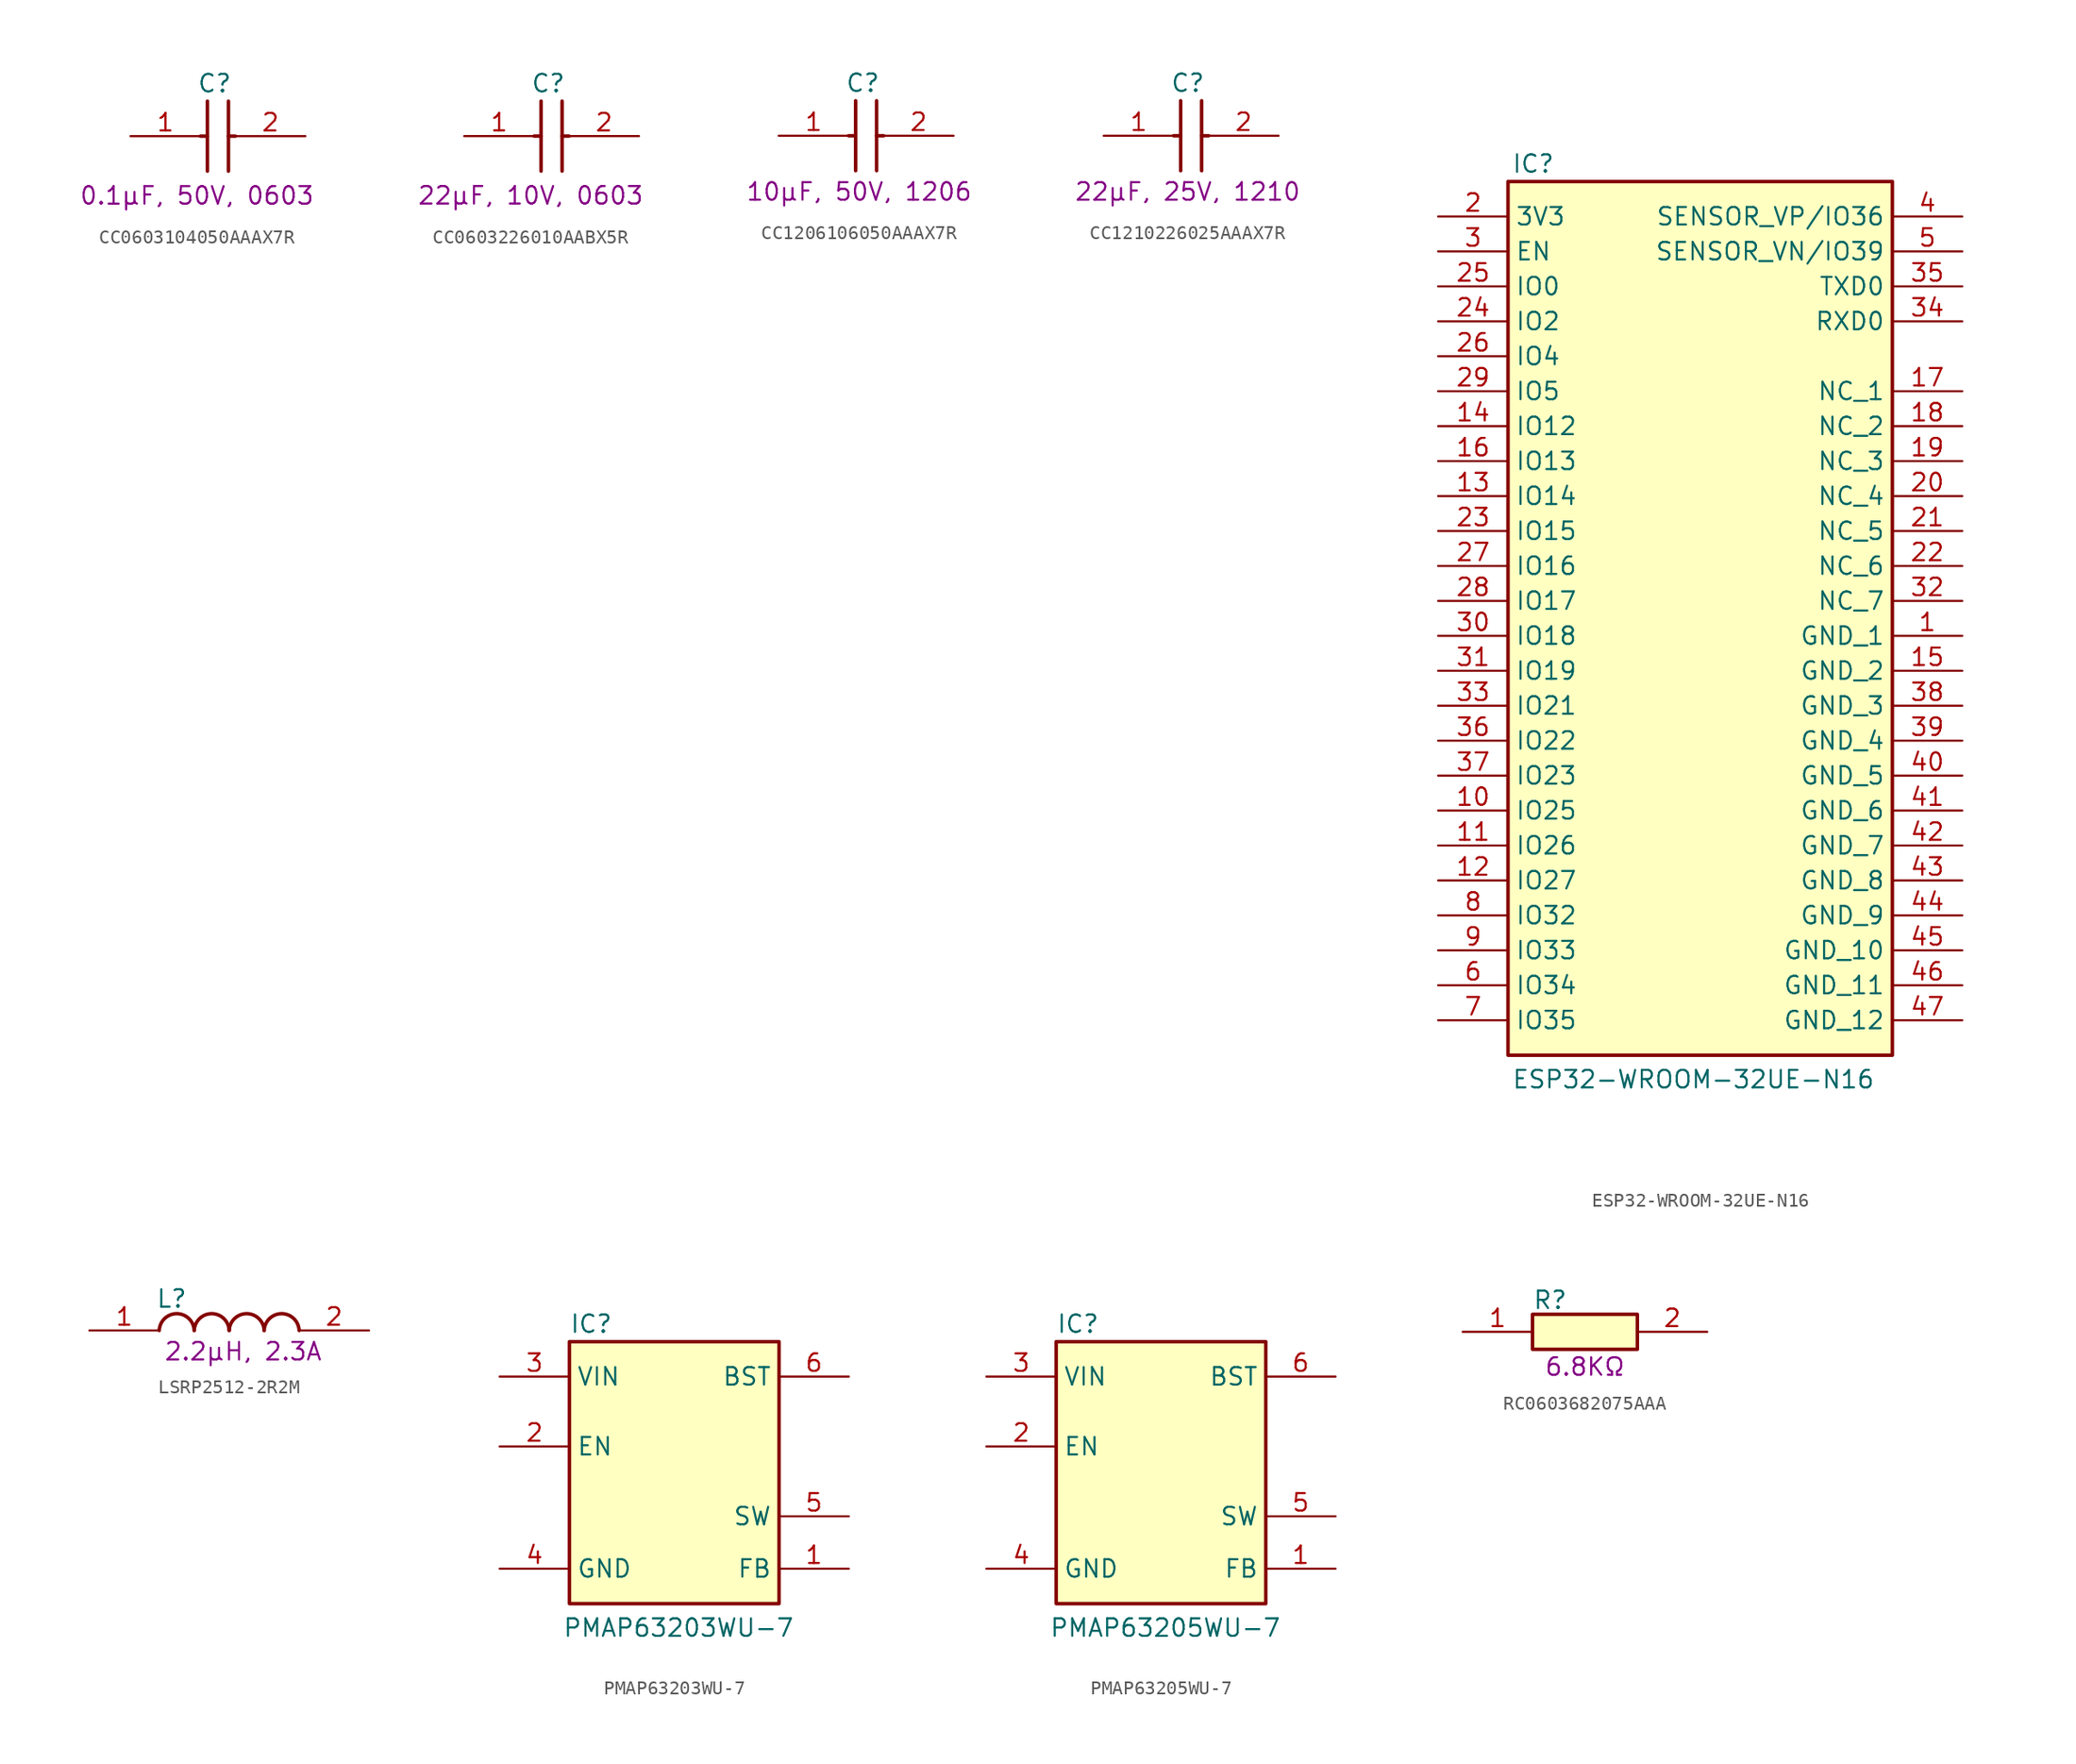
<source format=kicad_sym>
(kicad_symbol_lib
  (version 20241209)
  (generator "kicad_symbol_editor")
  (generator_version "9.0")
  (symbol "CC0603104050AAAX7R"
    (pin_names
      (hide yes))
    (property "Reference" "C"
      (at 4.826 4.572 0)
      (effects (font (size 1.27 1.27)) (justify left top)))
    (property "Val" "0.1µF, 50V, 0603"
      (at 4.826 -4.318 0)
      (effects (font (size 1.27 1.27))))
    (symbol "CC0603104050AAAX7R_1_1"
      (polyline (pts (xy 5.08 0) (xy 5.588 0)) (stroke (width 0.254) (type default)) (fill (type none)))
      (polyline (pts (xy 5.588 2.54) (xy 5.588 -2.54)) (stroke (width 0.254) (type default)) (fill (type none)))
      (polyline (pts (xy 7.112 2.54) (xy 7.112 -2.54)) (stroke (width 0.254) (type default)) (fill (type none)))
      (polyline (pts (xy 7.112 0) (xy 7.62 0)) (stroke (width 0.254) (type default)) (fill (type none)))
      (pin passive line (at 0 0 0) (length 5.08) (name "1" (effects (font (size 1.27 1.27)))) (number "1" (effects (font (size 1.27 1.27)))))
      (pin passive line (at 12.7 0 180) (length 5.08) (name "2" (effects (font (size 1.27 1.27)))) (number "2" (effects (font (size 1.27 1.27)))))))
  (symbol "CC0603226010AABX5R"
    (pin_names
      (hide yes))
    (property "Reference" "C"
      (at 4.826 4.572 0)
      (effects (font (size 1.27 1.27)) (justify left top)))
    (property "Val" "22µF, 10V, 0603"
      (at 4.826 -4.318 0)
      (effects (font (size 1.27 1.27))))
    (symbol "CC0603226010AABX5R_1_1"
      (polyline (pts (xy 5.08 0) (xy 5.588 0)) (stroke (width 0.254) (type default)) (fill (type none)))
      (polyline (pts (xy 5.588 2.54) (xy 5.588 -2.54)) (stroke (width 0.254) (type default)) (fill (type none)))
      (polyline (pts (xy 7.112 2.54) (xy 7.112 -2.54)) (stroke (width 0.254) (type default)) (fill (type none)))
      (polyline (pts (xy 7.112 0) (xy 7.62 0)) (stroke (width 0.254) (type default)) (fill (type none)))
      (pin passive line (at 0 0 0) (length 5.08) (name "1" (effects (font (size 1.27 1.27)))) (number "1" (effects (font (size 1.27 1.27)))))
      (pin passive line (at 12.7 0 180) (length 5.08) (name "2" (effects (font (size 1.27 1.27)))) (number "2" (effects (font (size 1.27 1.27)))))))
  (symbol "CC1206106050AAAX7R"
    (pin_names
      (hide yes))
    (property "Reference" "C"
      (at 4.826 4.572 0)
      (effects (font (size 1.27 1.27)) (justify left top)))
    (property "Val" "10µF, 50V, 1206"
      (at 5.842 -4.064 0)
      (effects (font (size 1.27 1.27))))
    (symbol "CC1206106050AAAX7R_1_1"
      (polyline (pts (xy 5.08 0) (xy 5.588 0)) (stroke (width 0.254) (type default)) (fill (type none)))
      (polyline (pts (xy 5.588 2.54) (xy 5.588 -2.54)) (stroke (width 0.254) (type default)) (fill (type none)))
      (polyline (pts (xy 7.112 2.54) (xy 7.112 -2.54)) (stroke (width 0.254) (type default)) (fill (type none)))
      (polyline (pts (xy 7.112 0) (xy 7.62 0)) (stroke (width 0.254) (type default)) (fill (type none)))
      (pin passive line (at 0 0 0) (length 5.08) (name "1" (effects (font (size 1.27 1.27)))) (number "1" (effects (font (size 1.27 1.27)))))
      (pin passive line (at 12.7 0 180) (length 5.08) (name "2" (effects (font (size 1.27 1.27)))) (number "2" (effects (font (size 1.27 1.27)))))))
  (symbol "CC1210226025AAAX7R"
    (pin_names
      (hide yes))
    (property "Reference" "C"
      (at 4.826 4.572 0)
      (effects (font (size 1.27 1.27)) (justify left top)))
    (property "Val" "22µF, 25V, 1210"
      (at 6.096 -4.064 0)
      (effects (font (size 1.27 1.27))))
    (symbol "CC1210226025AAAX7R_1_1"
      (polyline (pts (xy 5.08 0) (xy 5.588 0)) (stroke (width 0.254) (type default)) (fill (type none)))
      (polyline (pts (xy 5.588 2.54) (xy 5.588 -2.54)) (stroke (width 0.254) (type default)) (fill (type none)))
      (polyline (pts (xy 7.112 2.54) (xy 7.112 -2.54)) (stroke (width 0.254) (type default)) (fill (type none)))
      (polyline (pts (xy 7.112 0) (xy 7.62 0)) (stroke (width 0.254) (type default)) (fill (type none)))
      (pin passive line (at 0 0 0) (length 5.08) (name "1" (effects (font (size 1.27 1.27)))) (number "1" (effects (font (size 1.27 1.27)))))
      (pin passive line (at 12.7 0 180) (length 5.08) (name "2" (effects (font (size 1.27 1.27)))) (number "2" (effects (font (size 1.27 1.27)))))))
  (symbol "ESP32-WROOM-32UE-N16"
    (property "Reference" "IC"
      (at 5.334 2.032 0)
      (effects (font (size 1.27 1.27)) (justify left top)))
    (property "Value" "ESP32-WROOM-32UE-N16"
      (at 5.334 -64.516 0)
      (effects (font (size 1.27 1.27)) (justify left top)))
    (symbol "ESP32-WROOM-32UE-N16_1_1"
      (rectangle (start 5.08 0) (end 33.02 -63.5) (stroke (width 0.254) (type default)) (fill (type background)))
      (pin passive line (at 0 -2.54 0) (length 5.08) (name "3V3" (effects (font (size 1.27 1.27)))) (number "2" (effects (font (size 1.27 1.27)))))
      (pin passive line (at 0 -5.08 0) (length 5.08) (name "EN" (effects (font (size 1.27 1.27)))) (number "3" (effects (font (size 1.27 1.27)))))
      (pin bidirectional line (at 0 -7.62 0) (length 5.08) (name "IO0" (effects (font (size 1.27 1.27)))) (number "25" (effects (font (size 1.27 1.27)))))
      (pin bidirectional line (at 0 -10.16 0) (length 5.08) (name "IO2" (effects (font (size 1.27 1.27)))) (number "24" (effects (font (size 1.27 1.27)))))
      (pin bidirectional line (at 0 -12.7 0) (length 5.08) (name "IO4" (effects (font (size 1.27 1.27)))) (number "26" (effects (font (size 1.27 1.27)))))
      (pin bidirectional line (at 0 -15.24 0) (length 5.08) (name "IO5" (effects (font (size 1.27 1.27)))) (number "29" (effects (font (size 1.27 1.27)))))
      (pin bidirectional line (at 0 -17.78 0) (length 5.08) (name "IO12" (effects (font (size 1.27 1.27)))) (number "14" (effects (font (size 1.27 1.27)))))
      (pin bidirectional line (at 0 -20.32 0) (length 5.08) (name "IO13" (effects (font (size 1.27 1.27)))) (number "16" (effects (font (size 1.27 1.27)))))
      (pin bidirectional line (at 0 -22.86 0) (length 5.08) (name "IO14" (effects (font (size 1.27 1.27)))) (number "13" (effects (font (size 1.27 1.27)))))
      (pin bidirectional line (at 0 -25.4 0) (length 5.08) (name "IO15" (effects (font (size 1.27 1.27)))) (number "23" (effects (font (size 1.27 1.27)))))
      (pin bidirectional line (at 0 -27.94 0) (length 5.08) (name "IO16" (effects (font (size 1.27 1.27)))) (number "27" (effects (font (size 1.27 1.27)))))
      (pin bidirectional line (at 0 -30.48 0) (length 5.08) (name "IO17" (effects (font (size 1.27 1.27)))) (number "28" (effects (font (size 1.27 1.27)))))
      (pin bidirectional line (at 0 -33.02 0) (length 5.08) (name "IO18" (effects (font (size 1.27 1.27)))) (number "30" (effects (font (size 1.27 1.27)))))
      (pin bidirectional line (at 0 -35.56 0) (length 5.08) (name "IO19" (effects (font (size 1.27 1.27)))) (number "31" (effects (font (size 1.27 1.27)))))
      (pin bidirectional line (at 0 -38.1 0) (length 5.08) (name "IO21" (effects (font (size 1.27 1.27)))) (number "33" (effects (font (size 1.27 1.27)))))
      (pin bidirectional line (at 0 -40.64 0) (length 5.08) (name "IO22" (effects (font (size 1.27 1.27)))) (number "36" (effects (font (size 1.27 1.27)))))
      (pin bidirectional line (at 0 -43.18 0) (length 5.08) (name "IO23" (effects (font (size 1.27 1.27)))) (number "37" (effects (font (size 1.27 1.27)))))
      (pin bidirectional line (at 0 -45.72 0) (length 5.08) (name "IO25" (effects (font (size 1.27 1.27)))) (number "10" (effects (font (size 1.27 1.27)))))
      (pin bidirectional line (at 0 -48.26 0) (length 5.08) (name "IO26" (effects (font (size 1.27 1.27)))) (number "11" (effects (font (size 1.27 1.27)))))
      (pin bidirectional line (at 0 -50.8 0) (length 5.08) (name "IO27" (effects (font (size 1.27 1.27)))) (number "12" (effects (font (size 1.27 1.27)))))
      (pin bidirectional line (at 0 -53.34 0) (length 5.08) (name "IO32" (effects (font (size 1.27 1.27)))) (number "8" (effects (font (size 1.27 1.27)))))
      (pin bidirectional line (at 0 -55.88 0) (length 5.08) (name "IO33" (effects (font (size 1.27 1.27)))) (number "9" (effects (font (size 1.27 1.27)))))
      (pin bidirectional line (at 0 -58.42 0) (length 5.08) (name "IO34" (effects (font (size 1.27 1.27)))) (number "6" (effects (font (size 1.27 1.27)))))
      (pin bidirectional line (at 0 -60.96 0) (length 5.08) (name "IO35" (effects (font (size 1.27 1.27)))) (number "7" (effects (font (size 1.27 1.27)))))
      (pin input line (at 38.1 -2.54 180) (length 5.08) (name "SENSOR_VP/IO36" (effects (font (size 1.27 1.27)))) (number "4" (effects (font (size 1.27 1.27)))))
      (pin input line (at 38.1 -5.08 180) (length 5.08) (name "SENSOR_VN/IO39" (effects (font (size 1.27 1.27)))) (number "5" (effects (font (size 1.27 1.27)))))
      (pin passive line (at 38.1 -7.62 180) (length 5.08) (name "TXD0" (effects (font (size 1.27 1.27)))) (number "35" (effects (font (size 1.27 1.27)))))
      (pin passive line (at 38.1 -10.16 180) (length 5.08) (name "RXD0" (effects (font (size 1.27 1.27)))) (number "34" (effects (font (size 1.27 1.27)))))
      (pin passive line (at 38.1 -15.24 180) (length 5.08) (name "NC_1" (effects (font (size 1.27 1.27)))) (number "17" (effects (font (size 1.27 1.27)))))
      (pin passive line (at 38.1 -17.78 180) (length 5.08) (name "NC_2" (effects (font (size 1.27 1.27)))) (number "18" (effects (font (size 1.27 1.27)))))
      (pin passive line (at 38.1 -20.32 180) (length 5.08) (name "NC_3" (effects (font (size 1.27 1.27)))) (number "19" (effects (font (size 1.27 1.27)))))
      (pin passive line (at 38.1 -22.86 180) (length 5.08) (name "NC_4" (effects (font (size 1.27 1.27)))) (number "20" (effects (font (size 1.27 1.27)))))
      (pin passive line (at 38.1 -25.4 180) (length 5.08) (name "NC_5" (effects (font (size 1.27 1.27)))) (number "21" (effects (font (size 1.27 1.27)))))
      (pin passive line (at 38.1 -27.94 180) (length 5.08) (name "NC_6" (effects (font (size 1.27 1.27)))) (number "22" (effects (font (size 1.27 1.27)))))
      (pin passive line (at 38.1 -30.48 180) (length 5.08) (name "NC_7" (effects (font (size 1.27 1.27)))) (number "32" (effects (font (size 1.27 1.27)))))
      (pin passive line (at 38.1 -33.02 180) (length 5.08) (name "GND_1" (effects (font (size 1.27 1.27)))) (number "1" (effects (font (size 1.27 1.27)))))
      (pin passive line (at 38.1 -35.56 180) (length 5.08) (name "GND_2" (effects (font (size 1.27 1.27)))) (number "15" (effects (font (size 1.27 1.27)))))
      (pin passive line (at 38.1 -38.1 180) (length 5.08) (name "GND_3" (effects (font (size 1.27 1.27)))) (number "38" (effects (font (size 1.27 1.27)))))
      (pin passive line (at 38.1 -40.64 180) (length 5.08) (name "GND_4" (effects (font (size 1.27 1.27)))) (number "39" (effects (font (size 1.27 1.27)))))
      (pin passive line (at 38.1 -43.18 180) (length 5.08) (name "GND_5" (effects (font (size 1.27 1.27)))) (number "40" (effects (font (size 1.27 1.27)))))
      (pin passive line (at 38.1 -45.72 180) (length 5.08) (name "GND_6" (effects (font (size 1.27 1.27)))) (number "41" (effects (font (size 1.27 1.27)))))
      (pin passive line (at 38.1 -48.26 180) (length 5.08) (name "GND_7" (effects (font (size 1.27 1.27)))) (number "42" (effects (font (size 1.27 1.27)))))
      (pin passive line (at 38.1 -50.8 180) (length 5.08) (name "GND_8" (effects (font (size 1.27 1.27)))) (number "43" (effects (font (size 1.27 1.27)))))
      (pin passive line (at 38.1 -53.34 180) (length 5.08) (name "GND_9" (effects (font (size 1.27 1.27)))) (number "44" (effects (font (size 1.27 1.27)))))
      (pin passive line (at 38.1 -55.88 180) (length 5.08) (name "GND_10" (effects (font (size 1.27 1.27)))) (number "45" (effects (font (size 1.27 1.27)))))
      (pin passive line (at 38.1 -58.42 180) (length 5.08) (name "GND_11" (effects (font (size 1.27 1.27)))) (number "46" (effects (font (size 1.27 1.27)))))
      (pin passive line (at 38.1 -60.96 180) (length 5.08) (name "GND_12" (effects (font (size 1.27 1.27)))) (number "47" (effects (font (size 1.27 1.27)))))))
  (symbol "LSRP2512-2R2M"
    (pin_names
      (hide yes))
    (property "Reference" "L"
      (at 4.826 3.048 0)
      (effects (font (size 1.27 1.27)) (justify left top)))
    (property "Val" "2.2µH, 2.3A"
      (at 11.176 -1.524 0)
      (effects (font (size 1.27 1.27))))
    (symbol "LSRP2512-2R2M_1_1"
      (arc (start 5.08 0) (mid 6.35 1.219) (end 7.62 0) (stroke (width 0.254) (type default)) (fill (type none)))
      (arc (start 7.62 0) (mid 8.89 1.219) (end 10.16 0) (stroke (width 0.254) (type default)) (fill (type none)))
      (arc (start 10.16 0) (mid 11.43 1.219) (end 12.7 0) (stroke (width 0.254) (type default)) (fill (type none)))
      (arc (start 12.7 0) (mid 13.97 1.219) (end 15.24 0) (stroke (width 0.254) (type default)) (fill (type none)))
      (pin passive line (at 0 0 0) (length 5.08) (name "1" (effects (font (size 1.27 1.27)))) (number "1" (effects (font (size 1.27 1.27)))))
      (pin passive line (at 20.32 0 180) (length 5.08) (name "2" (effects (font (size 1.27 1.27)))) (number "2" (effects (font (size 1.27 1.27)))))))
  (symbol "PMAP63203WU-7"
    (property "Reference" "IC"
      (at 5.08 2.032 0)
      (effects (font (size 1.27 1.27)) (justify left top)))
    (property "Value" "PMAP63203WU-7"
      (at 4.572 -20.066 0)
      (effects (font (size 1.27 1.27)) (justify left top)))
    (symbol "PMAP63203WU-7_1_1"
      (rectangle (start 5.08 0) (end 20.32 -19.05) (stroke (width 0.254) (type default)) (fill (type background)))
      (pin passive line (at 0 -2.54 0) (length 5.08) (name "VIN" (effects (font (size 1.27 1.27)))) (number "3" (effects (font (size 1.27 1.27)))))
      (pin passive line (at 0 -7.62 0) (length 5.08) (name "EN" (effects (font (size 1.27 1.27)))) (number "2" (effects (font (size 1.27 1.27)))))
      (pin passive line (at 0 -16.51 0) (length 5.08) (name "GND" (effects (font (size 1.27 1.27)))) (number "4" (effects (font (size 1.27 1.27)))))
      (pin passive line (at 25.4 -2.54 180) (length 5.08) (name "BST" (effects (font (size 1.27 1.27)))) (number "6" (effects (font (size 1.27 1.27)))))
      (pin passive line (at 25.4 -12.7 180) (length 5.08) (name "SW" (effects (font (size 1.27 1.27)))) (number "5" (effects (font (size 1.27 1.27)))))
      (pin passive line (at 25.4 -16.51 180) (length 5.08) (name "FB" (effects (font (size 1.27 1.27)))) (number "1" (effects (font (size 1.27 1.27)))))))
  (symbol "PMAP63205WU-7"
    (property "Reference" "IC"
      (at 5.08 2.032 0)
      (effects (font (size 1.27 1.27)) (justify left top)))
    (property "Value" "PMAP63205WU-7"
      (at 4.572 -20.066 0)
      (effects (font (size 1.27 1.27)) (justify left top)))
    (symbol "PMAP63205WU-7_1_1"
      (rectangle (start 5.08 0) (end 20.32 -19.05) (stroke (width 0.254) (type default)) (fill (type background)))
      (pin passive line (at 0 -2.54 0) (length 5.08) (name "VIN" (effects (font (size 1.27 1.27)))) (number "3" (effects (font (size 1.27 1.27)))))
      (pin passive line (at 0 -7.62 0) (length 5.08) (name "EN" (effects (font (size 1.27 1.27)))) (number "2" (effects (font (size 1.27 1.27)))))
      (pin passive line (at 0 -16.51 0) (length 5.08) (name "GND" (effects (font (size 1.27 1.27)))) (number "4" (effects (font (size 1.27 1.27)))))
      (pin passive line (at 25.4 -2.54 180) (length 5.08) (name "BST" (effects (font (size 1.27 1.27)))) (number "6" (effects (font (size 1.27 1.27)))))
      (pin passive line (at 25.4 -12.7 180) (length 5.08) (name "SW" (effects (font (size 1.27 1.27)))) (number "5" (effects (font (size 1.27 1.27)))))
      (pin passive line (at 25.4 -16.51 180) (length 5.08) (name "FB" (effects (font (size 1.27 1.27)))) (number "1" (effects (font (size 1.27 1.27)))))))
  (symbol "RC0603682075AAA"
    (pin_names
      (hide yes))
    (property "Reference" "R"
      (at 5.08 3.048 0)
      (effects (font (size 1.27 1.27)) (justify left top)))
    (property "Val" "6.8KΩ"
      (at 8.89 -2.54 0)
      (effects (font (size 1.27 1.27))))
    (symbol "RC0603682075AAA_1_1"
      (rectangle (start 5.08 1.27) (end 12.7 -1.27) (stroke (width 0.254) (type default)) (fill (type background)))
      (pin passive line (at 0 0 0) (length 5.08) (name "1" (effects (font (size 1.27 1.27)))) (number "1" (effects (font (size 1.27 1.27)))))
      (pin passive line (at 17.78 0 180) (length 5.08) (name "2" (effects (font (size 1.27 1.27)))) (number "2" (effects (font (size 1.27 1.27))))))))
</source>
